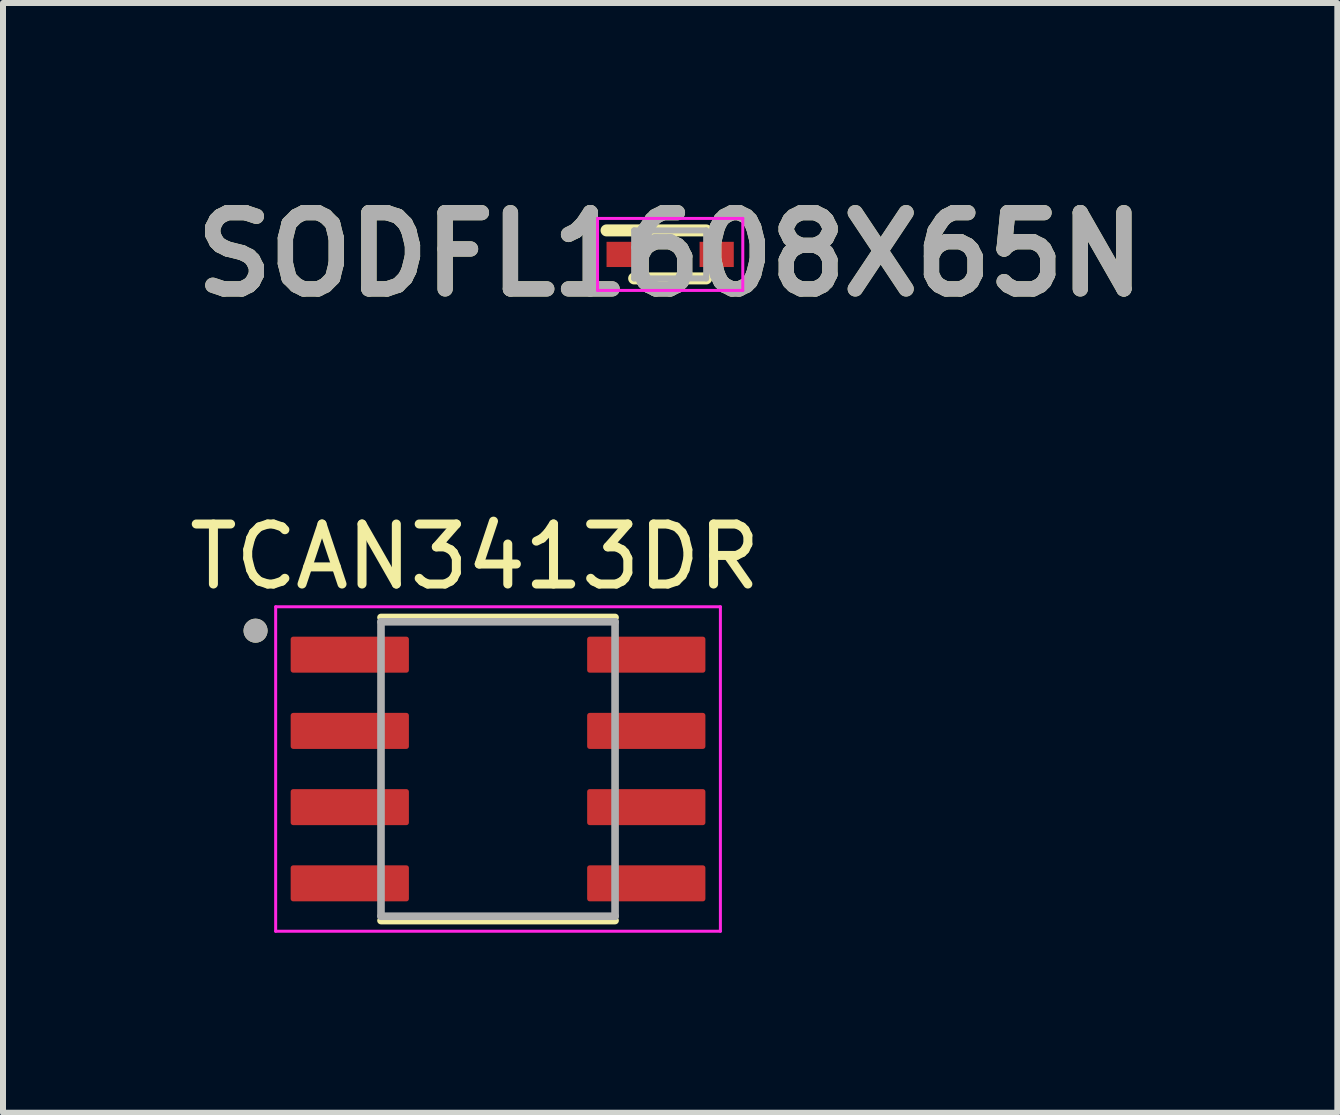
<source format=kicad_pcb>
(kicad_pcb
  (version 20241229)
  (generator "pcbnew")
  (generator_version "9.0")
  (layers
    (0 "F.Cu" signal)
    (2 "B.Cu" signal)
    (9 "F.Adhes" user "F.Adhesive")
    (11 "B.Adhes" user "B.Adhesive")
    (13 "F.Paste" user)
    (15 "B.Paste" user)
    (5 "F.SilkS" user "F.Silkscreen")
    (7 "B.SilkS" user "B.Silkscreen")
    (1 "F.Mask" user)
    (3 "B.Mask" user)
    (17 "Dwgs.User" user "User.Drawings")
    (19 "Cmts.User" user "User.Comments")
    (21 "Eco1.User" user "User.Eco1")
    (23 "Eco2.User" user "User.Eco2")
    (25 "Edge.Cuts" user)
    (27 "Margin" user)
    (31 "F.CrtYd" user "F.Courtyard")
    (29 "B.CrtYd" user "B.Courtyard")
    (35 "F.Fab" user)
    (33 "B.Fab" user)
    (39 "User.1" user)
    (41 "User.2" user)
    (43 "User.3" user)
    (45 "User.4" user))
  (footprint "SODFL1608X65N"
    (layer "F.Cu")
    (at 8.116 1.189)
    (property "Reference" "SODFL1608X65N" (at 0 0 0) (layer "F.SilkS") (effects (font (size 1.27 1.27) (thickness 0.254))))
    (attr smd)
    (fp_line (start -1.06 -0.4) (end 0.6 -0.4) (stroke (width 0.2) (type solid)) (layer "F.SilkS"))
    (fp_line (start -0.6 0.4) (end 0.6 0.4) (stroke (width 0.2) (type solid)) (layer "F.SilkS"))
    (fp_line (start -1.21 -0.6) (end 1.21 -0.6) (stroke (width 0.05) (type solid)) (layer "F.CrtYd"))
    (fp_line (start -1.21 0.6) (end -1.21 -0.6) (stroke (width 0.05) (type solid)) (layer "F.CrtYd"))
    (fp_line (start 1.21 -0.6) (end 1.21 0.6) (stroke (width 0.05) (type solid)) (layer "F.CrtYd"))
    (fp_line (start 1.21 0.6) (end -1.21 0.6) (stroke (width 0.05) (type solid)) (layer "F.CrtYd"))
    (fp_line (start -0.6 -0.4) (end 0.6 -0.4) (stroke (width 0.1) (type solid)) (layer "F.Fab"))
    (fp_line (start -0.6 -0.115) (end -0.315 -0.4) (stroke (width 0.1) (type solid)) (layer "F.Fab"))
    (fp_line (start -0.6 0.4) (end -0.6 -0.4) (stroke (width 0.1) (type solid)) (layer "F.Fab"))
    (fp_line (start 0.6 -0.4) (end 0.6 0.4) (stroke (width 0.1) (type solid)) (layer "F.Fab"))
    (fp_line (start 0.6 0.4) (end -0.6 0.4) (stroke (width 0.1) (type solid)) (layer "F.Fab"))
    (fp_text user "${REFERENCE}" (at 0 0 0) (layer "F.Fab") (effects (font (size 1.27 1.27) (thickness 0.254))))
    (pad "1" smd rect (at -0.775 0 90) (size 0.42 0.57) (layers "F.Cu" "F.Mask" "F.Paste"))
    (pad "2" smd rect (at 0.775 0 90) (size 0.42 0.57) (layers "F.Cu" "F.Mask" "F.Paste")))
  (footprint "TCAN3413DR"
    (layer "F.Cu")
    (at 5.248 9.763)
    (property "Reference" "TCAN3413DR" (at -0.385 -3.537 0) (layer "F.SilkS") (effects (font (size 1 1) (thickness 0.15))))
    (attr smd)
    (fp_line (start -1.95 -2.525) (end 1.95 -2.525) (stroke (width 0.127) (type solid)) (layer "F.SilkS"))
    (fp_line (start -1.95 2.525) (end 1.95 2.525) (stroke (width 0.127) (type solid)) (layer "F.SilkS"))
    (fp_circle (center -4.04 -2.305) (end -3.94 -2.305) (stroke (width 0.2) (type solid)) (fill no) (layer "F.SilkS"))
    (fp_line (start -3.705 -2.703) (end -3.705 2.703) (stroke (width 0.05) (type solid)) (layer "F.CrtYd"))
    (fp_line (start -3.705 -2.703) (end 3.705 -2.703) (stroke (width 0.05) (type solid)) (layer "F.CrtYd"))
    (fp_line (start -3.705 2.703) (end 3.705 2.703) (stroke (width 0.05) (type solid)) (layer "F.CrtYd"))
    (fp_line (start 3.705 -2.703) (end 3.705 2.703) (stroke (width 0.05) (type solid)) (layer "F.CrtYd"))
    (fp_line (start -1.95 -2.453) (end -1.95 2.453) (stroke (width 0.127) (type solid)) (layer "F.Fab"))
    (fp_line (start -1.95 -2.453) (end 1.95 -2.453) (stroke (width 0.127) (type solid)) (layer "F.Fab"))
    (fp_line (start -1.95 2.453) (end 1.95 2.453) (stroke (width 0.127) (type solid)) (layer "F.Fab"))
    (fp_line (start 1.95 -2.453) (end 1.95 2.453) (stroke (width 0.127) (type solid)) (layer "F.Fab"))
    (fp_circle (center -4.04 -2.305) (end -3.94 -2.305) (stroke (width 0.2) (type solid)) (fill no) (layer "F.Fab"))
    (pad "1" smd roundrect (at -2.47 -1.905) (size 1.97 0.6) (layers "F.Cu" "F.Mask" "F.Paste") (roundrect_rratio 0.07))
    (pad "2" smd roundrect (at -2.47 -0.635) (size 1.97 0.6) (layers "F.Cu" "F.Mask" "F.Paste") (roundrect_rratio 0.07))
    (pad "3" smd roundrect (at -2.47 0.635) (size 1.97 0.6) (layers "F.Cu" "F.Mask" "F.Paste") (roundrect_rratio 0.07))
    (pad "4" smd roundrect (at -2.47 1.905) (size 1.97 0.6) (layers "F.Cu" "F.Mask" "F.Paste") (roundrect_rratio 0.07))
    (pad "5" smd roundrect (at 2.47 1.905) (size 1.97 0.6) (layers "F.Cu" "F.Mask" "F.Paste") (roundrect_rratio 0.07))
    (pad "6" smd roundrect (at 2.47 0.635) (size 1.97 0.6) (layers "F.Cu" "F.Mask" "F.Paste") (roundrect_rratio 0.07))
    (pad "7" smd roundrect (at 2.47 -0.635) (size 1.97 0.6) (layers "F.Cu" "F.Mask" "F.Paste") (roundrect_rratio 0.07))
    (pad "8" smd roundrect (at 2.47 -1.905) (size 1.97 0.6) (layers "F.Cu" "F.Mask" "F.Paste") (roundrect_rratio 0.07)))
  (gr_rect
    (start -3 -3)
    (end 19.232 15.49)
    (stroke (width 0.1) (type default))
    (fill no)
    (layer "Edge.Cuts")))
</source>
